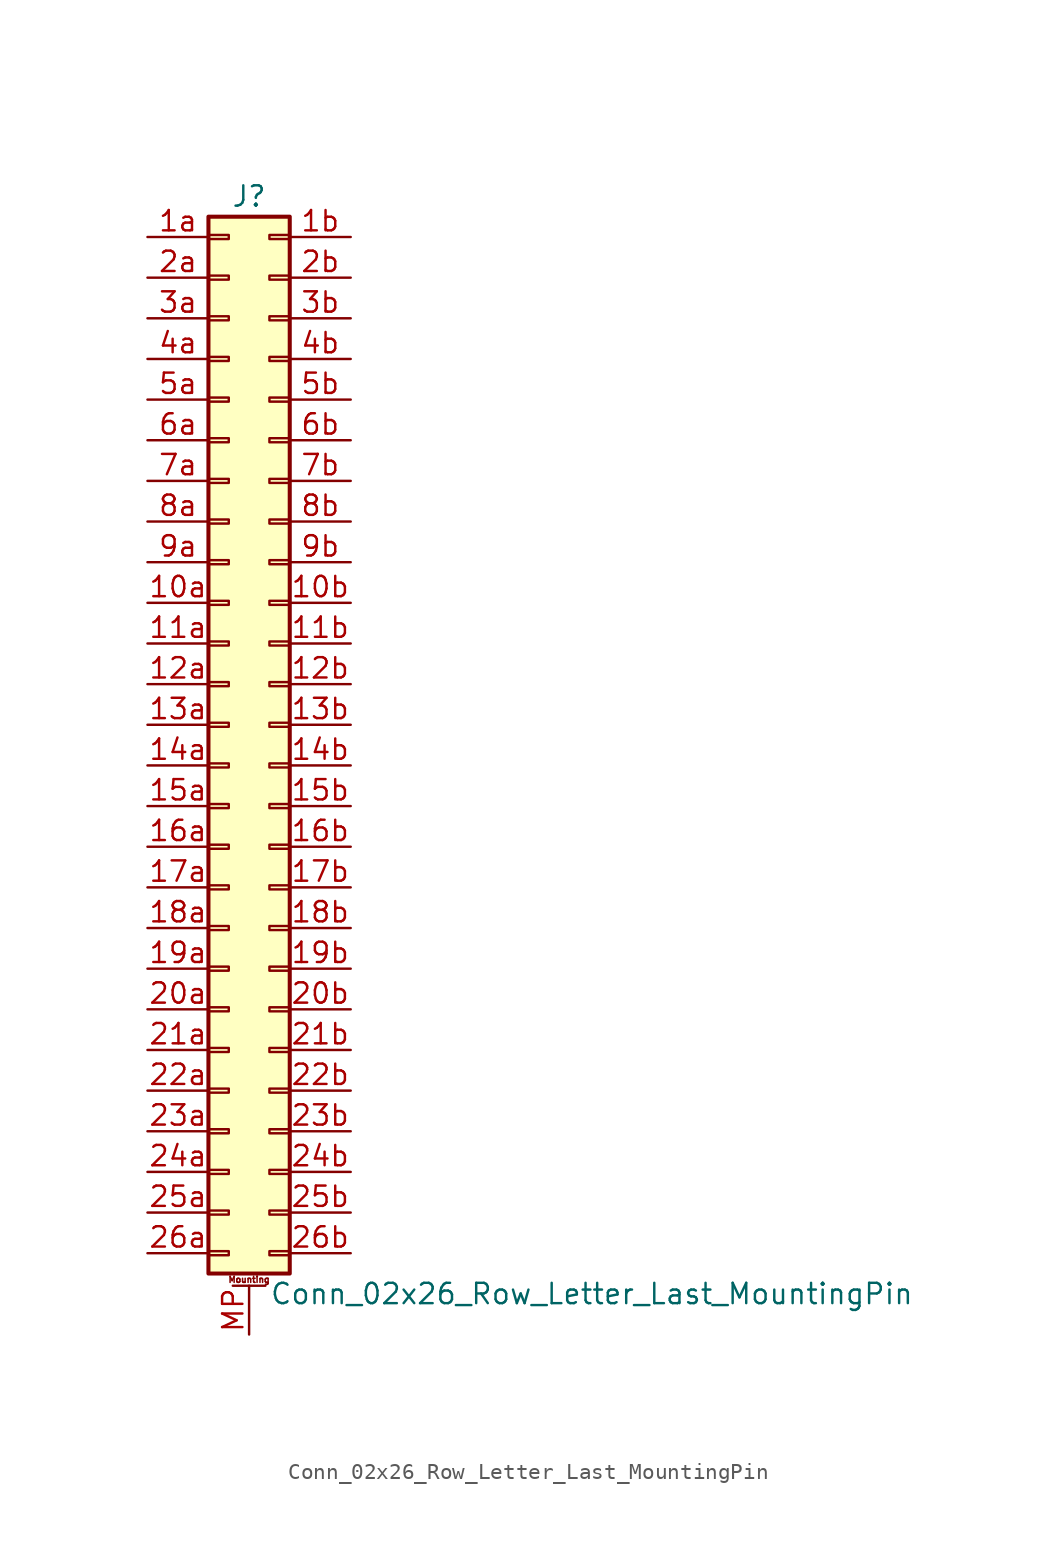
<source format=kicad_sym>
(kicad_symbol_lib
  (version 20220914)
  (generator kicad_symbol_editor)
  (symbol "Conn_02x26_Row_Letter_Last_MountingPin"
    (pin_names
      (offset 1.016) hide)
    (property "Reference" "J"
      (at 1.27 33.02 0)
      (effects (font (size 1.27 1.27))))
    (property "Value" "Conn_02x26_Row_Letter_Last_MountingPin"
      (at 2.54 -35.56 0)
      (effects (font (size 1.27 1.27)) (justify left)))
    (symbol "Conn_02x26_Row_Letter_Last_MountingPin_1_1"
      (rectangle (start -1.27 -32.893) (end 0 -33.147) (stroke (width 0.152) (type default)) (fill (type none)))
      (rectangle (start -1.27 -30.353) (end 0 -30.607) (stroke (width 0.152) (type default)) (fill (type none)))
      (rectangle (start -1.27 -27.813) (end 0 -28.067) (stroke (width 0.152) (type default)) (fill (type none)))
      (rectangle (start -1.27 -25.273) (end 0 -25.527) (stroke (width 0.152) (type default)) (fill (type none)))
      (rectangle (start -1.27 -22.733) (end 0 -22.987) (stroke (width 0.152) (type default)) (fill (type none)))
      (rectangle (start -1.27 -20.193) (end 0 -20.447) (stroke (width 0.152) (type default)) (fill (type none)))
      (rectangle (start -1.27 -17.653) (end 0 -17.907) (stroke (width 0.152) (type default)) (fill (type none)))
      (rectangle (start -1.27 -15.113) (end 0 -15.367) (stroke (width 0.152) (type default)) (fill (type none)))
      (rectangle (start -1.27 -12.573) (end 0 -12.827) (stroke (width 0.152) (type default)) (fill (type none)))
      (rectangle (start -1.27 -10.033) (end 0 -10.287) (stroke (width 0.152) (type default)) (fill (type none)))
      (rectangle (start -1.27 -7.493) (end 0 -7.747) (stroke (width 0.152) (type default)) (fill (type none)))
      (rectangle (start -1.27 -4.953) (end 0 -5.207) (stroke (width 0.152) (type default)) (fill (type none)))
      (rectangle (start -1.27 -2.413) (end 0 -2.667) (stroke (width 0.152) (type default)) (fill (type none)))
      (rectangle (start -1.27 0.127) (end 0 -0.127) (stroke (width 0.152) (type default)) (fill (type none)))
      (rectangle (start -1.27 2.667) (end 0 2.413) (stroke (width 0.152) (type default)) (fill (type none)))
      (rectangle (start -1.27 5.207) (end 0 4.953) (stroke (width 0.152) (type default)) (fill (type none)))
      (rectangle (start -1.27 7.747) (end 0 7.493) (stroke (width 0.152) (type default)) (fill (type none)))
      (rectangle (start -1.27 10.287) (end 0 10.033) (stroke (width 0.152) (type default)) (fill (type none)))
      (rectangle (start -1.27 12.827) (end 0 12.573) (stroke (width 0.152) (type default)) (fill (type none)))
      (rectangle (start -1.27 15.367) (end 0 15.113) (stroke (width 0.152) (type default)) (fill (type none)))
      (rectangle (start -1.27 17.907) (end 0 17.653) (stroke (width 0.152) (type default)) (fill (type none)))
      (rectangle (start -1.27 20.447) (end 0 20.193) (stroke (width 0.152) (type default)) (fill (type none)))
      (rectangle (start -1.27 22.987) (end 0 22.733) (stroke (width 0.152) (type default)) (fill (type none)))
      (rectangle (start -1.27 25.527) (end 0 25.273) (stroke (width 0.152) (type default)) (fill (type none)))
      (rectangle (start -1.27 28.067) (end 0 27.813) (stroke (width 0.152) (type default)) (fill (type none)))
      (rectangle (start -1.27 30.607) (end 0 30.353) (stroke (width 0.152) (type default)) (fill (type none)))
      (rectangle (start -1.27 31.75) (end 3.81 -34.29) (stroke (width 0.254) (type default)) (fill (type background)))
      (polyline (pts (xy 0.254 -35.052) (xy 2.286 -35.052)) (stroke (width 0.152) (type default)) (fill (type none)))
      (rectangle (start 3.81 -32.893) (end 2.54 -33.147) (stroke (width 0.152) (type default)) (fill (type none)))
      (rectangle (start 3.81 -30.353) (end 2.54 -30.607) (stroke (width 0.152) (type default)) (fill (type none)))
      (rectangle (start 3.81 -27.813) (end 2.54 -28.067) (stroke (width 0.152) (type default)) (fill (type none)))
      (rectangle (start 3.81 -25.273) (end 2.54 -25.527) (stroke (width 0.152) (type default)) (fill (type none)))
      (rectangle (start 3.81 -22.733) (end 2.54 -22.987) (stroke (width 0.152) (type default)) (fill (type none)))
      (rectangle (start 3.81 -20.193) (end 2.54 -20.447) (stroke (width 0.152) (type default)) (fill (type none)))
      (rectangle (start 3.81 -17.653) (end 2.54 -17.907) (stroke (width 0.152) (type default)) (fill (type none)))
      (rectangle (start 3.81 -15.113) (end 2.54 -15.367) (stroke (width 0.152) (type default)) (fill (type none)))
      (rectangle (start 3.81 -12.573) (end 2.54 -12.827) (stroke (width 0.152) (type default)) (fill (type none)))
      (rectangle (start 3.81 -10.033) (end 2.54 -10.287) (stroke (width 0.152) (type default)) (fill (type none)))
      (rectangle (start 3.81 -7.493) (end 2.54 -7.747) (stroke (width 0.152) (type default)) (fill (type none)))
      (rectangle (start 3.81 -4.953) (end 2.54 -5.207) (stroke (width 0.152) (type default)) (fill (type none)))
      (rectangle (start 3.81 -2.413) (end 2.54 -2.667) (stroke (width 0.152) (type default)) (fill (type none)))
      (rectangle (start 3.81 0.127) (end 2.54 -0.127) (stroke (width 0.152) (type default)) (fill (type none)))
      (rectangle (start 3.81 2.667) (end 2.54 2.413) (stroke (width 0.152) (type default)) (fill (type none)))
      (rectangle (start 3.81 5.207) (end 2.54 4.953) (stroke (width 0.152) (type default)) (fill (type none)))
      (rectangle (start 3.81 7.747) (end 2.54 7.493) (stroke (width 0.152) (type default)) (fill (type none)))
      (rectangle (start 3.81 10.287) (end 2.54 10.033) (stroke (width 0.152) (type default)) (fill (type none)))
      (rectangle (start 3.81 12.827) (end 2.54 12.573) (stroke (width 0.152) (type default)) (fill (type none)))
      (rectangle (start 3.81 15.367) (end 2.54 15.113) (stroke (width 0.152) (type default)) (fill (type none)))
      (rectangle (start 3.81 17.907) (end 2.54 17.653) (stroke (width 0.152) (type default)) (fill (type none)))
      (rectangle (start 3.81 20.447) (end 2.54 20.193) (stroke (width 0.152) (type default)) (fill (type none)))
      (rectangle (start 3.81 22.987) (end 2.54 22.733) (stroke (width 0.152) (type default)) (fill (type none)))
      (rectangle (start 3.81 25.527) (end 2.54 25.273) (stroke (width 0.152) (type default)) (fill (type none)))
      (rectangle (start 3.81 28.067) (end 2.54 27.813) (stroke (width 0.152) (type default)) (fill (type none)))
      (rectangle (start 3.81 30.607) (end 2.54 30.353) (stroke (width 0.152) (type default)) (fill (type none)))
      (text "Mounting" (at 1.27 -34.671 0) (effects (font (size 0.381 0.381))))
      (pin passive line (at -5.08 7.62 0) (length 3.81) (name "Pin_10a" (effects (font (size 1.27 1.27)))) (number "10a" (effects (font (size 1.27 1.27)))))
      (pin passive line (at 7.62 7.62 180) (length 3.81) (name "Pin_10b" (effects (font (size 1.27 1.27)))) (number "10b" (effects (font (size 1.27 1.27)))))
      (pin passive line (at -5.08 5.08 0) (length 3.81) (name "Pin_11a" (effects (font (size 1.27 1.27)))) (number "11a" (effects (font (size 1.27 1.27)))))
      (pin passive line (at 7.62 5.08 180) (length 3.81) (name "Pin_11b" (effects (font (size 1.27 1.27)))) (number "11b" (effects (font (size 1.27 1.27)))))
      (pin passive line (at -5.08 2.54 0) (length 3.81) (name "Pin_12a" (effects (font (size 1.27 1.27)))) (number "12a" (effects (font (size 1.27 1.27)))))
      (pin passive line (at 7.62 2.54 180) (length 3.81) (name "Pin_12b" (effects (font (size 1.27 1.27)))) (number "12b" (effects (font (size 1.27 1.27)))))
      (pin passive line (at -5.08 0 0) (length 3.81) (name "Pin_13a" (effects (font (size 1.27 1.27)))) (number "13a" (effects (font (size 1.27 1.27)))))
      (pin passive line (at 7.62 0 180) (length 3.81) (name "Pin_13b" (effects (font (size 1.27 1.27)))) (number "13b" (effects (font (size 1.27 1.27)))))
      (pin passive line (at -5.08 -2.54 0) (length 3.81) (name "Pin_14a" (effects (font (size 1.27 1.27)))) (number "14a" (effects (font (size 1.27 1.27)))))
      (pin passive line (at 7.62 -2.54 180) (length 3.81) (name "Pin_14b" (effects (font (size 1.27 1.27)))) (number "14b" (effects (font (size 1.27 1.27)))))
      (pin passive line (at -5.08 -5.08 0) (length 3.81) (name "Pin_15a" (effects (font (size 1.27 1.27)))) (number "15a" (effects (font (size 1.27 1.27)))))
      (pin passive line (at 7.62 -5.08 180) (length 3.81) (name "Pin_15b" (effects (font (size 1.27 1.27)))) (number "15b" (effects (font (size 1.27 1.27)))))
      (pin passive line (at -5.08 -7.62 0) (length 3.81) (name "Pin_16a" (effects (font (size 1.27 1.27)))) (number "16a" (effects (font (size 1.27 1.27)))))
      (pin passive line (at 7.62 -7.62 180) (length 3.81) (name "Pin_16b" (effects (font (size 1.27 1.27)))) (number "16b" (effects (font (size 1.27 1.27)))))
      (pin passive line (at -5.08 -10.16 0) (length 3.81) (name "Pin_17a" (effects (font (size 1.27 1.27)))) (number "17a" (effects (font (size 1.27 1.27)))))
      (pin passive line (at 7.62 -10.16 180) (length 3.81) (name "Pin_17b" (effects (font (size 1.27 1.27)))) (number "17b" (effects (font (size 1.27 1.27)))))
      (pin passive line (at -5.08 -12.7 0) (length 3.81) (name "Pin_18a" (effects (font (size 1.27 1.27)))) (number "18a" (effects (font (size 1.27 1.27)))))
      (pin passive line (at 7.62 -12.7 180) (length 3.81) (name "Pin_18b" (effects (font (size 1.27 1.27)))) (number "18b" (effects (font (size 1.27 1.27)))))
      (pin passive line (at -5.08 -15.24 0) (length 3.81) (name "Pin_19a" (effects (font (size 1.27 1.27)))) (number "19a" (effects (font (size 1.27 1.27)))))
      (pin passive line (at 7.62 -15.24 180) (length 3.81) (name "Pin_19b" (effects (font (size 1.27 1.27)))) (number "19b" (effects (font (size 1.27 1.27)))))
      (pin passive line (at -5.08 30.48 0) (length 3.81) (name "Pin_1a" (effects (font (size 1.27 1.27)))) (number "1a" (effects (font (size 1.27 1.27)))))
      (pin passive line (at 7.62 30.48 180) (length 3.81) (name "Pin_1b" (effects (font (size 1.27 1.27)))) (number "1b" (effects (font (size 1.27 1.27)))))
      (pin passive line (at -5.08 -17.78 0) (length 3.81) (name "Pin_20a" (effects (font (size 1.27 1.27)))) (number "20a" (effects (font (size 1.27 1.27)))))
      (pin passive line (at 7.62 -17.78 180) (length 3.81) (name "Pin_20b" (effects (font (size 1.27 1.27)))) (number "20b" (effects (font (size 1.27 1.27)))))
      (pin passive line (at -5.08 -20.32 0) (length 3.81) (name "Pin_21a" (effects (font (size 1.27 1.27)))) (number "21a" (effects (font (size 1.27 1.27)))))
      (pin passive line (at 7.62 -20.32 180) (length 3.81) (name "Pin_21b" (effects (font (size 1.27 1.27)))) (number "21b" (effects (font (size 1.27 1.27)))))
      (pin passive line (at -5.08 -22.86 0) (length 3.81) (name "Pin_22a" (effects (font (size 1.27 1.27)))) (number "22a" (effects (font (size 1.27 1.27)))))
      (pin passive line (at 7.62 -22.86 180) (length 3.81) (name "Pin_22b" (effects (font (size 1.27 1.27)))) (number "22b" (effects (font (size 1.27 1.27)))))
      (pin passive line (at -5.08 -25.4 0) (length 3.81) (name "Pin_23a" (effects (font (size 1.27 1.27)))) (number "23a" (effects (font (size 1.27 1.27)))))
      (pin passive line (at 7.62 -25.4 180) (length 3.81) (name "Pin_23b" (effects (font (size 1.27 1.27)))) (number "23b" (effects (font (size 1.27 1.27)))))
      (pin passive line (at -5.08 -27.94 0) (length 3.81) (name "Pin_24a" (effects (font (size 1.27 1.27)))) (number "24a" (effects (font (size 1.27 1.27)))))
      (pin passive line (at 7.62 -27.94 180) (length 3.81) (name "Pin_24b" (effects (font (size 1.27 1.27)))) (number "24b" (effects (font (size 1.27 1.27)))))
      (pin passive line (at -5.08 -30.48 0) (length 3.81) (name "Pin_25a" (effects (font (size 1.27 1.27)))) (number "25a" (effects (font (size 1.27 1.27)))))
      (pin passive line (at 7.62 -30.48 180) (length 3.81) (name "Pin_25b" (effects (font (size 1.27 1.27)))) (number "25b" (effects (font (size 1.27 1.27)))))
      (pin passive line (at -5.08 -33.02 0) (length 3.81) (name "Pin_26a" (effects (font (size 1.27 1.27)))) (number "26a" (effects (font (size 1.27 1.27)))))
      (pin passive line (at 7.62 -33.02 180) (length 3.81) (name "Pin_26b" (effects (font (size 1.27 1.27)))) (number "26b" (effects (font (size 1.27 1.27)))))
      (pin passive line (at -5.08 27.94 0) (length 3.81) (name "Pin_2a" (effects (font (size 1.27 1.27)))) (number "2a" (effects (font (size 1.27 1.27)))))
      (pin passive line (at 7.62 27.94 180) (length 3.81) (name "Pin_2b" (effects (font (size 1.27 1.27)))) (number "2b" (effects (font (size 1.27 1.27)))))
      (pin passive line (at -5.08 25.4 0) (length 3.81) (name "Pin_3a" (effects (font (size 1.27 1.27)))) (number "3a" (effects (font (size 1.27 1.27)))))
      (pin passive line (at 7.62 25.4 180) (length 3.81) (name "Pin_3b" (effects (font (size 1.27 1.27)))) (number "3b" (effects (font (size 1.27 1.27)))))
      (pin passive line (at -5.08 22.86 0) (length 3.81) (name "Pin_4a" (effects (font (size 1.27 1.27)))) (number "4a" (effects (font (size 1.27 1.27)))))
      (pin passive line (at 7.62 22.86 180) (length 3.81) (name "Pin_4b" (effects (font (size 1.27 1.27)))) (number "4b" (effects (font (size 1.27 1.27)))))
      (pin passive line (at -5.08 20.32 0) (length 3.81) (name "Pin_5a" (effects (font (size 1.27 1.27)))) (number "5a" (effects (font (size 1.27 1.27)))))
      (pin passive line (at 7.62 20.32 180) (length 3.81) (name "Pin_5b" (effects (font (size 1.27 1.27)))) (number "5b" (effects (font (size 1.27 1.27)))))
      (pin passive line (at -5.08 17.78 0) (length 3.81) (name "Pin_6a" (effects (font (size 1.27 1.27)))) (number "6a" (effects (font (size 1.27 1.27)))))
      (pin passive line (at 7.62 17.78 180) (length 3.81) (name "Pin_6b" (effects (font (size 1.27 1.27)))) (number "6b" (effects (font (size 1.27 1.27)))))
      (pin passive line (at -5.08 15.24 0) (length 3.81) (name "Pin_7a" (effects (font (size 1.27 1.27)))) (number "7a" (effects (font (size 1.27 1.27)))))
      (pin passive line (at 7.62 15.24 180) (length 3.81) (name "Pin_7b" (effects (font (size 1.27 1.27)))) (number "7b" (effects (font (size 1.27 1.27)))))
      (pin passive line (at -5.08 12.7 0) (length 3.81) (name "Pin_8a" (effects (font (size 1.27 1.27)))) (number "8a" (effects (font (size 1.27 1.27)))))
      (pin passive line (at 7.62 12.7 180) (length 3.81) (name "Pin_8b" (effects (font (size 1.27 1.27)))) (number "8b" (effects (font (size 1.27 1.27)))))
      (pin passive line (at -5.08 10.16 0) (length 3.81) (name "Pin_9a" (effects (font (size 1.27 1.27)))) (number "9a" (effects (font (size 1.27 1.27)))))
      (pin passive line (at 7.62 10.16 180) (length 3.81) (name "Pin_9b" (effects (font (size 1.27 1.27)))) (number "9b" (effects (font (size 1.27 1.27)))))
      (pin passive line (at 1.27 -38.1 90) (length 3.048) (name "MountPin" (effects (font (size 1.27 1.27)))) (number "MP" (effects (font (size 1.27 1.27))))))))
</source>
